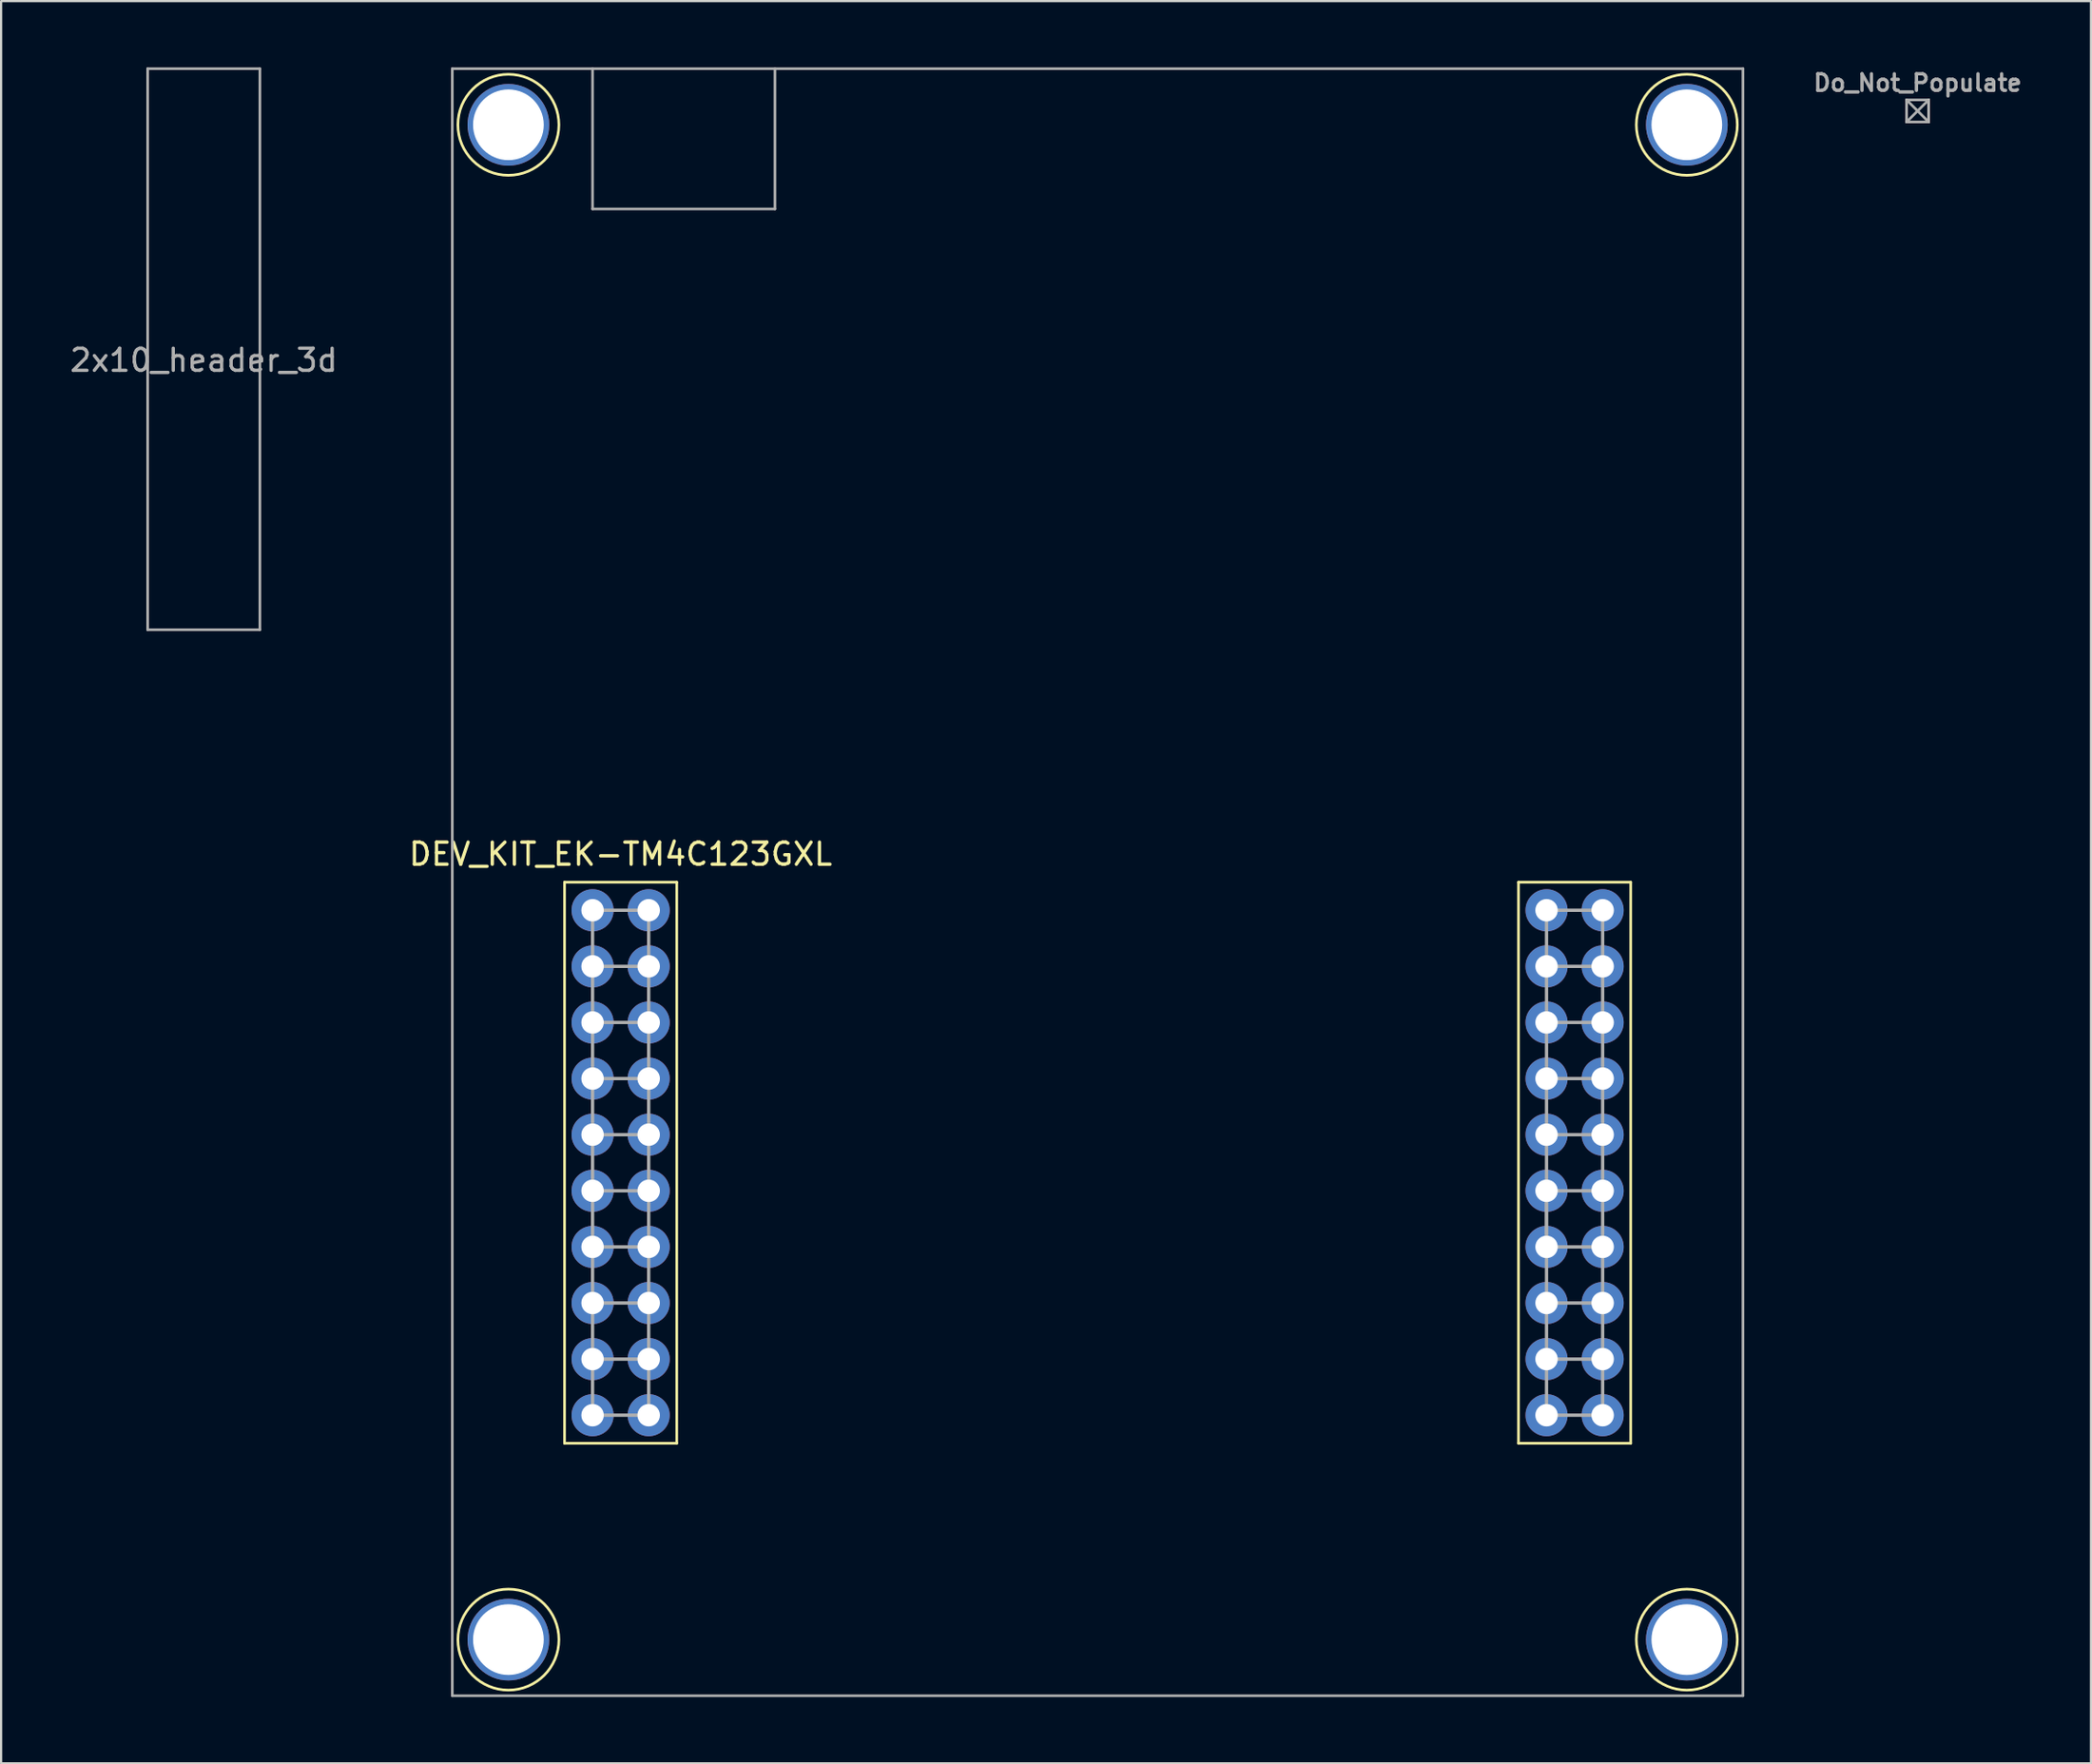
<source format=kicad_pcb>
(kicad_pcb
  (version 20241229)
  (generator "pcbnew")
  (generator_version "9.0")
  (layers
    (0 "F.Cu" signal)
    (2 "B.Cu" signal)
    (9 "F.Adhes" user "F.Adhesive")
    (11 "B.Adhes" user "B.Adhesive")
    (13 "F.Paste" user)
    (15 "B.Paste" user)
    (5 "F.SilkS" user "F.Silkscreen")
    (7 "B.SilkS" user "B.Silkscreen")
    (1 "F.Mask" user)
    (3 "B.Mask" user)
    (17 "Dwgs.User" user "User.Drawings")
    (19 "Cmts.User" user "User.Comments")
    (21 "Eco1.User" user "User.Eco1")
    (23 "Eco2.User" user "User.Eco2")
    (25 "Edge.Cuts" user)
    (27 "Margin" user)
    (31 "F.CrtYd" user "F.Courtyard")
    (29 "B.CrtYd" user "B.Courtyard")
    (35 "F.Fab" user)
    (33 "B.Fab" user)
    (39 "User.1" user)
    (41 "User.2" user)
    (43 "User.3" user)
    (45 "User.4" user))
  (footprint "2x10_header_3d"
    (layer "F.Cu")
    (at 6.173 12.76)
    (property "Reference" "2x10_header_3d" (at 0 0.5 0) (layer "F.Fab") (effects (font (size 1 1) (thickness 0.15))))
    (attr exclude_from_pos_files exclude_from_bom)
    (fp_line (start -2.54 -12.7) (end 2.54 -12.7) (stroke (width 0.12) (type solid)) (layer "F.Fab"))
    (fp_line (start -2.54 12.7) (end -2.54 -12.7) (stroke (width 0.12) (type solid)) (layer "F.Fab"))
    (fp_line (start 2.54 -12.7) (end 2.54 12.7) (stroke (width 0.12) (type solid)) (layer "F.Fab"))
    (fp_line (start 2.54 12.7) (end -2.54 12.7) (stroke (width 0.12) (type solid)) (layer "F.Fab")))
  (footprint "DEV_KIT_EK-TM4C123GXL"
    (layer "F.Cu")
    (at 23.772 38.16)
    (property "Reference" "DEV_KIT_EK-TM4C123GXL" (at 1.27 -2.54 0) (layer "F.SilkS") (effects (font (size 1 1) (thickness 0.15))))
    (attr exclude_from_pos_files exclude_from_bom)
    (fp_line (start -1.27 -1.27) (end 3.81 -1.27) (stroke (width 0.12) (type solid)) (layer "F.SilkS"))
    (fp_line (start -1.27 24.13) (end -1.27 -1.27) (stroke (width 0.12) (type solid)) (layer "F.SilkS"))
    (fp_line (start 3.81 -1.27) (end 3.81 24.13) (stroke (width 0.12) (type solid)) (layer "F.SilkS"))
    (fp_line (start 3.81 24.13) (end -1.27 24.13) (stroke (width 0.12) (type solid)) (layer "F.SilkS"))
    (fp_line (start 41.91 -1.27) (end 46.99 -1.27) (stroke (width 0.12) (type solid)) (layer "F.SilkS"))
    (fp_line (start 41.91 24.13) (end 41.91 -1.27) (stroke (width 0.12) (type solid)) (layer "F.SilkS"))
    (fp_line (start 46.99 -1.27) (end 46.99 24.13) (stroke (width 0.12) (type solid)) (layer "F.SilkS"))
    (fp_line (start 46.99 24.13) (end 41.91 24.13) (stroke (width 0.12) (type solid)) (layer "F.SilkS"))
    (fp_circle (center -3.81 -35.56) (end -3.81 -37.846) (stroke (width 0.12) (type solid)) (fill no) (layer "F.SilkS"))
    (fp_circle (center -3.81 33.02) (end -3.81 30.734) (stroke (width 0.12) (type solid)) (fill no) (layer "F.SilkS"))
    (fp_circle (center 49.53 -35.56) (end 49.53 -37.846) (stroke (width 0.12) (type solid)) (fill no) (layer "F.SilkS"))
    (fp_circle (center 49.53 33.02) (end 49.53 30.734) (stroke (width 0.12) (type solid)) (fill no) (layer "F.SilkS"))
    (fp_line (start -6.35 -38.1) (end -6.35 35.56) (stroke (width 0.12) (type solid)) (layer "F.Fab"))
    (fp_line (start -6.35 -38.1) (end 52.07 -38.1) (stroke (width 0.12) (type solid)) (layer "F.Fab"))
    (fp_line (start -6.35 35.56) (end 52.07 35.56) (stroke (width 0.12) (type solid)) (layer "F.Fab"))
    (fp_line (start 0 -38.1) (end 0 -31.75) (stroke (width 0.12) (type solid)) (layer "F.Fab"))
    (fp_line (start 0 0) (end 2.54 0) (stroke (width 0.15) (type solid)) (layer "F.Fab"))
    (fp_line (start 0 2.54) (end 2.54 2.54) (stroke (width 0.15) (type solid)) (layer "F.Fab"))
    (fp_line (start 0 5.08) (end 2.54 5.08) (stroke (width 0.15) (type solid)) (layer "F.Fab"))
    (fp_line (start 0 7.62) (end 2.54 7.62) (stroke (width 0.15) (type solid)) (layer "F.Fab"))
    (fp_line (start 0 10.16) (end 2.54 10.16) (stroke (width 0.15) (type solid)) (layer "F.Fab"))
    (fp_line (start 0 15.24) (end 2.54 15.24) (stroke (width 0.15) (type solid)) (layer "F.Fab"))
    (fp_line (start 0 20.32) (end 2.54 20.32) (stroke (width 0.15) (type solid)) (layer "F.Fab"))
    (fp_line (start 0 22.86) (end 0 0) (stroke (width 0.15) (type solid)) (layer "F.Fab"))
    (fp_line (start 2.54 0) (end 2.54 22.86) (stroke (width 0.15) (type solid)) (layer "F.Fab"))
    (fp_line (start 2.54 12.7) (end 0 12.7) (stroke (width 0.15) (type solid)) (layer "F.Fab"))
    (fp_line (start 2.54 17.78) (end 0 17.78) (stroke (width 0.15) (type solid)) (layer "F.Fab"))
    (fp_line (start 2.54 22.86) (end 0 22.86) (stroke (width 0.15) (type solid)) (layer "F.Fab"))
    (fp_line (start 8.255 -31.75) (end 0 -31.75) (stroke (width 0.12) (type solid)) (layer "F.Fab"))
    (fp_line (start 8.255 -31.75) (end 8.255 -38.1) (stroke (width 0.12) (type solid)) (layer "F.Fab"))
    (fp_line (start 43.18 0) (end 43.18 0) (stroke (width 0.15) (type solid)) (layer "F.Fab"))
    (fp_line (start 43.18 0) (end 45.72 0) (stroke (width 0.15) (type solid)) (layer "F.Fab"))
    (fp_line (start 43.18 2.54) (end 43.18 2.54) (stroke (width 0.15) (type solid)) (layer "F.Fab"))
    (fp_line (start 43.18 5.08) (end 45.72 5.08) (stroke (width 0.15) (type solid)) (layer "F.Fab"))
    (fp_line (start 43.18 7.62) (end 43.18 7.62) (stroke (width 0.15) (type solid)) (layer "F.Fab"))
    (fp_line (start 43.18 10.16) (end 45.72 10.16) (stroke (width 0.15) (type solid)) (layer "F.Fab"))
    (fp_line (start 43.18 12.7) (end 43.18 12.7) (stroke (width 0.15) (type solid)) (layer "F.Fab"))
    (fp_line (start 43.18 12.7) (end 43.18 15.24) (stroke (width 0.15) (type solid)) (layer "F.Fab"))
    (fp_line (start 43.18 15.24) (end 45.72 15.24) (stroke (width 0.15) (type solid)) (layer "F.Fab"))
    (fp_line (start 43.18 17.78) (end 43.18 17.78) (stroke (width 0.15) (type solid)) (layer "F.Fab"))
    (fp_line (start 43.18 20.32) (end 45.72 20.32) (stroke (width 0.15) (type solid)) (layer "F.Fab"))
    (fp_line (start 43.18 22.86) (end 43.18 0) (stroke (width 0.15) (type solid)) (layer "F.Fab"))
    (fp_line (start 45.72 0) (end 45.72 22.86) (stroke (width 0.15) (type solid)) (layer "F.Fab"))
    (fp_line (start 45.72 2.54) (end 43.18 2.54) (stroke (width 0.15) (type solid)) (layer "F.Fab"))
    (fp_line (start 45.72 5.08) (end 45.72 5.08) (stroke (width 0.15) (type solid)) (layer "F.Fab"))
    (fp_line (start 45.72 7.62) (end 43.18 7.62) (stroke (width 0.15) (type solid)) (layer "F.Fab"))
    (fp_line (start 45.72 10.16) (end 45.72 10.16) (stroke (width 0.15) (type solid)) (layer "F.Fab"))
    (fp_line (start 45.72 12.7) (end 43.18 12.7) (stroke (width 0.15) (type solid)) (layer "F.Fab"))
    (fp_line (start 45.72 15.24) (end 45.72 15.24) (stroke (width 0.15) (type solid)) (layer "F.Fab"))
    (fp_line (start 45.72 17.78) (end 43.18 17.78) (stroke (width 0.15) (type solid)) (layer "F.Fab"))
    (fp_line (start 45.72 20.32) (end 45.72 20.32) (stroke (width 0.15) (type solid)) (layer "F.Fab"))
    (fp_line (start 45.72 22.86) (end 43.18 22.86) (stroke (width 0.15) (type solid)) (layer "F.Fab"))
    (fp_line (start 52.07 35.56) (end 52.07 -38.1) (stroke (width 0.12) (type solid)) (layer "F.Fab"))
    (pad "" np_thru_hole circle (at -3.81 -35.56) (size 3.7 3.7) (drill 3.2) (layers "*.Cu" "*.Mask"))
    (pad "" np_thru_hole circle (at -3.81 33.02) (size 3.7 3.7) (drill 3.2) (layers "*.Cu" "*.Mask"))
    (pad "" np_thru_hole circle (at 49.53 -35.56) (size 3.7 3.7) (drill 3.2) (layers "*.Cu" "*.Mask"))
    (pad "" np_thru_hole circle (at 49.53 33.02) (size 3.7 3.7) (drill 3.2) (layers "*.Cu" "*.Mask"))
    (pad "1" thru_hole circle (at 0 0) (size 1.905 1.905) (drill 1.016) (layers "*.Cu" "*.Mask"))
    (pad "2" thru_hole circle (at 0 2.54) (size 1.905 1.905) (drill 1.016) (layers "*.Cu" "*.Mask"))
    (pad "3" thru_hole circle (at 0 5.08) (size 1.905 1.905) (drill 1.016) (layers "*.Cu" "*.Mask"))
    (pad "4" thru_hole circle (at 0 7.62) (size 1.905 1.905) (drill 1.016) (layers "*.Cu" "*.Mask"))
    (pad "5" thru_hole circle (at 0 10.16) (size 1.905 1.905) (drill 1.016) (layers "*.Cu" "*.Mask"))
    (pad "6" thru_hole circle (at 0 12.7) (size 1.905 1.905) (drill 1.016) (layers "*.Cu" "*.Mask"))
    (pad "7" thru_hole circle (at 0 15.24) (size 1.905 1.905) (drill 1.016) (layers "*.Cu" "*.Mask"))
    (pad "8" thru_hole circle (at 0 17.78) (size 1.905 1.905) (drill 1.016) (layers "*.Cu" "*.Mask"))
    (pad "9" thru_hole circle (at 0 20.32) (size 1.905 1.905) (drill 1.016) (layers "*.Cu" "*.Mask"))
    (pad "10" thru_hole circle (at 0 22.86) (size 1.905 1.905) (drill 1.016) (layers "*.Cu" "*.Mask"))
    (pad "11" thru_hole circle (at 2.54 22.86) (size 1.905 1.905) (drill 1.016) (layers "*.Cu" "*.Mask"))
    (pad "12" thru_hole circle (at 2.54 20.32) (size 1.905 1.905) (drill 1.016) (layers "*.Cu" "*.Mask"))
    (pad "13" thru_hole circle (at 2.54 17.78) (size 1.905 1.905) (drill 1.016) (layers "*.Cu" "*.Mask"))
    (pad "14" thru_hole circle (at 2.54 15.24) (size 1.905 1.905) (drill 1.016) (layers "*.Cu" "*.Mask"))
    (pad "15" thru_hole circle (at 2.54 12.7) (size 1.905 1.905) (drill 1.016) (layers "*.Cu" "*.Mask"))
    (pad "16" thru_hole circle (at 2.54 10.16) (size 1.905 1.905) (drill 1.016) (layers "*.Cu" "*.Mask"))
    (pad "17" thru_hole circle (at 2.54 7.62) (size 1.905 1.905) (drill 1.016) (layers "*.Cu" "*.Mask"))
    (pad "18" thru_hole circle (at 2.54 5.08) (size 1.905 1.905) (drill 1.016) (layers "*.Cu" "*.Mask"))
    (pad "19" thru_hole circle (at 2.54 2.54) (size 1.905 1.905) (drill 1.016) (layers "*.Cu" "*.Mask"))
    (pad "20" thru_hole circle (at 2.54 0) (size 1.905 1.905) (drill 1.016) (layers "*.Cu" "*.Mask"))
    (pad "21" thru_hole circle (at 43.18 0) (size 1.905 1.905) (drill 1.016) (layers "*.Cu" "*.Mask"))
    (pad "22" thru_hole circle (at 43.18 2.54) (size 1.905 1.905) (drill 1.016) (layers "*.Cu" "*.Mask"))
    (pad "23" thru_hole circle (at 43.18 5.08) (size 1.905 1.905) (drill 1.016) (layers "*.Cu" "*.Mask"))
    (pad "24" thru_hole circle (at 43.18 7.62) (size 1.905 1.905) (drill 1.016) (layers "*.Cu" "*.Mask"))
    (pad "25" thru_hole circle (at 43.18 10.16) (size 1.905 1.905) (drill 1.016) (layers "*.Cu" "*.Mask"))
    (pad "26" thru_hole circle (at 43.18 12.7) (size 1.905 1.905) (drill 1.016) (layers "*.Cu" "*.Mask"))
    (pad "27" thru_hole circle (at 43.18 15.24) (size 1.905 1.905) (drill 1.016) (layers "*.Cu" "*.Mask"))
    (pad "28" thru_hole circle (at 43.18 17.78) (size 1.905 1.905) (drill 1.016) (layers "*.Cu" "*.Mask"))
    (pad "29" thru_hole circle (at 43.18 20.32) (size 1.905 1.905) (drill 1.016) (layers "*.Cu" "*.Mask"))
    (pad "30" thru_hole circle (at 43.18 22.86) (size 1.905 1.905) (drill 1.016) (layers "*.Cu" "*.Mask"))
    (pad "31" thru_hole circle (at 45.72 22.86) (size 1.905 1.905) (drill 1.016) (layers "*.Cu" "*.Mask"))
    (pad "32" thru_hole circle (at 45.72 20.32) (size 1.905 1.905) (drill 1.016) (layers "*.Cu" "*.Mask"))
    (pad "33" thru_hole circle (at 45.72 17.78) (size 1.905 1.905) (drill 1.016) (layers "*.Cu" "*.Mask"))
    (pad "34" thru_hole circle (at 45.72 15.24) (size 1.905 1.905) (drill 1.016) (layers "*.Cu" "*.Mask"))
    (pad "35" thru_hole circle (at 45.72 12.7) (size 1.905 1.905) (drill 1.016) (layers "*.Cu" "*.Mask"))
    (pad "36" thru_hole circle (at 45.72 10.16) (size 1.905 1.905) (drill 1.016) (layers "*.Cu" "*.Mask"))
    (pad "37" thru_hole circle (at 45.72 7.62) (size 1.905 1.905) (drill 1.016) (layers "*.Cu" "*.Mask"))
    (pad "38" thru_hole circle (at 45.72 5.08) (size 1.905 1.905) (drill 1.016) (layers "*.Cu" "*.Mask"))
    (pad "39" thru_hole circle (at 45.72 2.54) (size 1.905 1.905) (drill 1.016) (layers "*.Cu" "*.Mask"))
    (pad "40" thru_hole circle (at 45.72 0) (size 1.905 1.905) (drill 1.016) (layers "*.Cu" "*.Mask")))
  (footprint "Do_Not_Populate"
    (layer "F.Cu")
    (at 83.748 1.972)
    (property "Reference" "Do_Not_Populate" (at 0 -1.27 0) (layer "F.Fab") (effects (font (size 0.75 0.75) (thickness 0.15))))
    (attr exclude_from_pos_files exclude_from_bom)
    (fp_line (start -0.5 -0.5) (end 0.5 -0.5) (stroke (width 0.12) (type solid)) (layer "F.Fab"))
    (fp_line (start -0.5 -0.5) (end 0.5 0.5) (stroke (width 0.12) (type solid)) (layer "F.Fab"))
    (fp_line (start -0.5 0.5) (end -0.5 -0.5) (stroke (width 0.12) (type solid)) (layer "F.Fab"))
    (fp_line (start 0.5 -0.5) (end -0.5 0.5) (stroke (width 0.12) (type solid)) (layer "F.Fab"))
    (fp_line (start 0.5 -0.5) (end 0.5 0.5) (stroke (width 0.12) (type solid)) (layer "F.Fab"))
    (fp_line (start 0.5 0.5) (end -0.5 0.5) (stroke (width 0.12) (type solid)) (layer "F.Fab"))
    (fp_line (start 0.5 0.5) (end 0.5 -0.5) (stroke (width 0.12) (type solid)) (layer "F.Fab")))
  (gr_rect
    (start -3 -3)
    (end 91.595 76.78)
    (stroke (width 0.1) (type default))
    (fill no)
    (layer "Edge.Cuts")))
</source>
